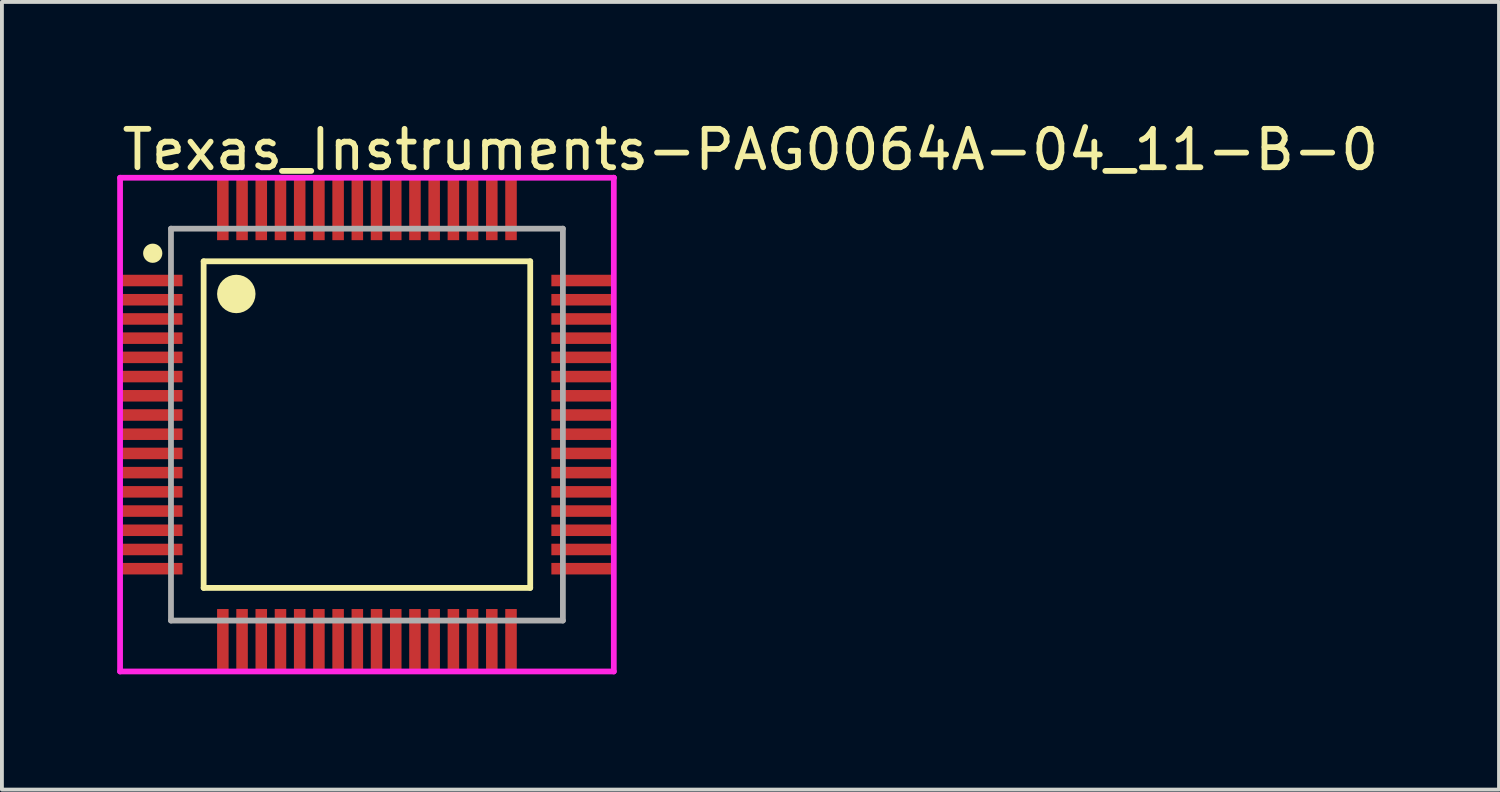
<source format=kicad_pcb>
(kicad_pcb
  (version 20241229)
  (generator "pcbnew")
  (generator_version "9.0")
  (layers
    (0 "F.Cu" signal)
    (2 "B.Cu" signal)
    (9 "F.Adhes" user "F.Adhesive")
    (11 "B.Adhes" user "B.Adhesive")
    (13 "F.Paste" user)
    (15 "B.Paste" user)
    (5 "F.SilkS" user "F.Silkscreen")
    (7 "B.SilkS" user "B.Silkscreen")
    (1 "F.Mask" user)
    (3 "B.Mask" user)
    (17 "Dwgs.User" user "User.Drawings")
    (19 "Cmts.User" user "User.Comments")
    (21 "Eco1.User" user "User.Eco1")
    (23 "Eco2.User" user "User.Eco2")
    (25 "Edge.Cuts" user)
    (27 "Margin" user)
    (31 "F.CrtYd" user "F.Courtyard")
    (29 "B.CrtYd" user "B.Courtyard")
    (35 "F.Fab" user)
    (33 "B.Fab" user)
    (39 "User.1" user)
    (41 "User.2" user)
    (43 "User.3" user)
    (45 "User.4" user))
  (footprint "Texas_Instruments-PAG0064A-04_11-B-0"
    (layer "F.Cu")
    (at 6.5 8.001)
    (property "Reference" "Texas_Instruments-PAG0064A-04_11-B-0" (at -6.453 -7.153 0) (layer "F.SilkS") (effects (font (size 1 1) (thickness 0.15)) (justify left)))
    (attr through_hole)
    (fp_line (start -4.25 -4.25) (end 4.25 -4.25) (stroke (width 0.15) (type solid)) (layer "F.SilkS"))
    (fp_line (start -4.25 4.25) (end -4.25 -4.25) (stroke (width 0.15) (type solid)) (layer "F.SilkS"))
    (fp_line (start 4.25 -4.25) (end 4.25 4.25) (stroke (width 0.15) (type solid)) (layer "F.SilkS"))
    (fp_line (start 4.25 4.25) (end -4.25 4.25) (stroke (width 0.15) (type solid)) (layer "F.SilkS"))
    (fp_circle (center -5.575 -4.46) (end -5.45 -4.46) (stroke (width 0.25) (type solid)) (fill no) (layer "F.SilkS"))
    (fp_circle (center -3.4 -3.4) (end -3.15 -3.4) (stroke (width 0.5) (type solid)) (fill no) (layer "F.SilkS"))
    (fp_line (start -6.425 -6.425) (end -6.425 6.425) (stroke (width 0.15) (type solid)) (layer "F.CrtYd"))
    (fp_line (start -6.425 6.425) (end 6.425 6.425) (stroke (width 0.15) (type solid)) (layer "F.CrtYd"))
    (fp_line (start 6.425 -6.425) (end -6.425 -6.425) (stroke (width 0.15) (type solid)) (layer "F.CrtYd"))
    (fp_line (start 6.425 -6.425) (end 6.425 -6.425) (stroke (width 0.15) (type solid)) (layer "F.CrtYd"))
    (fp_line (start 6.425 6.425) (end 6.425 -6.425) (stroke (width 0.15) (type solid)) (layer "F.CrtYd"))
    (fp_line (start -5.1 -5.1) (end 5.1 -5.1) (stroke (width 0.15) (type solid)) (layer "F.Fab"))
    (fp_line (start -5.1 5.1) (end -5.1 -5.1) (stroke (width 0.15) (type solid)) (layer "F.Fab"))
    (fp_line (start 5.1 -5.1) (end 5.1 5.1) (stroke (width 0.15) (type solid)) (layer "F.Fab"))
    (fp_line (start 5.1 5.1) (end -5.1 5.1) (stroke (width 0.15) (type solid)) (layer "F.Fab"))
    (pad "" smd rect (at -5.6 -3.75) (size 1.55 0.25) (layers "F.Paste"))
    (pad "" smd rect (at -5.6 -3.25) (size 1.55 0.25) (layers "F.Paste"))
    (pad "" smd rect (at -5.6 -2.75) (size 1.55 0.25) (layers "F.Paste"))
    (pad "" smd rect (at -5.6 -2.25) (size 1.55 0.25) (layers "F.Paste"))
    (pad "" smd rect (at -5.6 -1.75) (size 1.55 0.25) (layers "F.Paste"))
    (pad "" smd rect (at -5.6 -1.25) (size 1.55 0.25) (layers "F.Paste"))
    (pad "" smd rect (at -5.6 -0.75) (size 1.55 0.25) (layers "F.Paste"))
    (pad "" smd rect (at -5.6 -0.25) (size 1.55 0.25) (layers "F.Paste"))
    (pad "" smd rect (at -5.6 0.25) (size 1.55 0.25) (layers "F.Paste"))
    (pad "" smd rect (at -5.6 0.75) (size 1.55 0.25) (layers "F.Paste"))
    (pad "" smd rect (at -5.6 1.25) (size 1.55 0.25) (layers "F.Paste"))
    (pad "" smd rect (at -5.6 1.75) (size 1.55 0.25) (layers "F.Paste"))
    (pad "" smd rect (at -5.6 2.25) (size 1.55 0.25) (layers "F.Paste"))
    (pad "" smd rect (at -5.6 2.75) (size 1.55 0.25) (layers "F.Paste"))
    (pad "" smd rect (at -5.6 3.25) (size 1.55 0.25) (layers "F.Paste"))
    (pad "" smd rect (at -5.6 3.75) (size 1.55 0.25) (layers "F.Paste"))
    (pad "" smd rect (at -3.75 -5.6) (size 0.25 1.55) (layers "F.Paste"))
    (pad "" smd rect (at -3.75 5.6) (size 0.25 1.55) (layers "F.Paste"))
    (pad "" smd rect (at -3.25 -5.6) (size 0.25 1.55) (layers "F.Paste"))
    (pad "" smd rect (at -3.25 5.6) (size 0.25 1.55) (layers "F.Paste"))
    (pad "" smd rect (at -2.75 -5.6) (size 0.25 1.55) (layers "F.Paste"))
    (pad "" smd rect (at -2.75 5.6) (size 0.25 1.55) (layers "F.Paste"))
    (pad "" smd rect (at -2.25 -5.6) (size 0.25 1.55) (layers "F.Paste"))
    (pad "" smd rect (at -2.25 5.6) (size 0.25 1.55) (layers "F.Paste"))
    (pad "" smd rect (at -1.75 -5.6) (size 0.25 1.55) (layers "F.Paste"))
    (pad "" smd rect (at -1.75 5.6) (size 0.25 1.55) (layers "F.Paste"))
    (pad "" smd rect (at -1.25 -5.6) (size 0.25 1.55) (layers "F.Paste"))
    (pad "" smd rect (at -1.25 5.6) (size 0.25 1.55) (layers "F.Paste"))
    (pad "" smd rect (at -0.75 -5.6) (size 0.25 1.55) (layers "F.Paste"))
    (pad "" smd rect (at -0.75 5.6) (size 0.25 1.55) (layers "F.Paste"))
    (pad "" smd rect (at -0.25 -5.6) (size 0.25 1.55) (layers "F.Paste"))
    (pad "" smd rect (at -0.25 5.6) (size 0.25 1.55) (layers "F.Paste"))
    (pad "" smd rect (at 0.25 -5.6) (size 0.25 1.55) (layers "F.Paste"))
    (pad "" smd rect (at 0.25 5.6) (size 0.25 1.55) (layers "F.Paste"))
    (pad "" smd rect (at 0.75 -5.6) (size 0.25 1.55) (layers "F.Paste"))
    (pad "" smd rect (at 0.75 5.6) (size 0.25 1.55) (layers "F.Paste"))
    (pad "" smd rect (at 1.25 -5.6) (size 0.25 1.55) (layers "F.Paste"))
    (pad "" smd rect (at 1.25 5.6) (size 0.25 1.55) (layers "F.Paste"))
    (pad "" smd rect (at 1.75 -5.6) (size 0.25 1.55) (layers "F.Paste"))
    (pad "" smd rect (at 1.75 5.6) (size 0.25 1.55) (layers "F.Paste"))
    (pad "" smd rect (at 2.25 -5.6) (size 0.25 1.55) (layers "F.Paste"))
    (pad "" smd rect (at 2.25 5.6) (size 0.25 1.55) (layers "F.Paste"))
    (pad "" smd rect (at 2.75 -5.6) (size 0.25 1.55) (layers "F.Paste"))
    (pad "" smd rect (at 2.75 5.6) (size 0.25 1.55) (layers "F.Paste"))
    (pad "" smd rect (at 3.25 -5.6) (size 0.25 1.55) (layers "F.Paste"))
    (pad "" smd rect (at 3.25 5.6) (size 0.25 1.55) (layers "F.Paste"))
    (pad "" smd rect (at 3.75 -5.6) (size 0.25 1.55) (layers "F.Paste"))
    (pad "" smd rect (at 3.75 5.6) (size 0.25 1.55) (layers "F.Paste"))
    (pad "" smd rect (at 5.6 -3.75) (size 1.55 0.25) (layers "F.Paste"))
    (pad "" smd rect (at 5.6 -3.25) (size 1.55 0.25) (layers "F.Paste"))
    (pad "" smd rect (at 5.6 -2.75) (size 1.55 0.25) (layers "F.Paste"))
    (pad "" smd rect (at 5.6 -2.25) (size 1.55 0.25) (layers "F.Paste"))
    (pad "" smd rect (at 5.6 -1.75) (size 1.55 0.25) (layers "F.Paste"))
    (pad "" smd rect (at 5.6 -1.25) (size 1.55 0.25) (layers "F.Paste"))
    (pad "" smd rect (at 5.6 -0.75) (size 1.55 0.25) (layers "F.Paste"))
    (pad "" smd rect (at 5.6 -0.25) (size 1.55 0.25) (layers "F.Paste"))
    (pad "" smd rect (at 5.6 0.25) (size 1.55 0.25) (layers "F.Paste"))
    (pad "" smd rect (at 5.6 0.75) (size 1.55 0.25) (layers "F.Paste"))
    (pad "" smd rect (at 5.6 1.25) (size 1.55 0.25) (layers "F.Paste"))
    (pad "" smd rect (at 5.6 1.75) (size 1.55 0.25) (layers "F.Paste"))
    (pad "" smd rect (at 5.6 2.25) (size 1.55 0.25) (layers "F.Paste"))
    (pad "" smd rect (at 5.6 2.75) (size 1.55 0.25) (layers "F.Paste"))
    (pad "" smd rect (at 5.6 3.25) (size 1.55 0.25) (layers "F.Paste"))
    (pad "" smd rect (at 5.6 3.75) (size 1.55 0.25) (layers "F.Paste"))
    (pad "1" smd rect (at -5.6 -3.75) (size 1.6 0.3) (layers "F.Cu" "F.Mask"))
    (pad "2" smd rect (at -5.6 -3.25) (size 1.6 0.3) (layers "F.Cu" "F.Mask"))
    (pad "3" smd rect (at -5.6 -2.75) (size 1.6 0.3) (layers "F.Cu" "F.Mask"))
    (pad "4" smd rect (at -5.6 -2.25) (size 1.6 0.3) (layers "F.Cu" "F.Mask"))
    (pad "5" smd rect (at -5.6 -1.75) (size 1.6 0.3) (layers "F.Cu" "F.Mask"))
    (pad "6" smd rect (at -5.6 -1.25) (size 1.6 0.3) (layers "F.Cu" "F.Mask"))
    (pad "7" smd rect (at -5.6 -0.75) (size 1.6 0.3) (layers "F.Cu" "F.Mask"))
    (pad "8" smd rect (at -5.6 -0.25) (size 1.6 0.3) (layers "F.Cu" "F.Mask"))
    (pad "9" smd rect (at -5.6 0.25) (size 1.6 0.3) (layers "F.Cu" "F.Mask"))
    (pad "10" smd rect (at -5.6 0.75) (size 1.6 0.3) (layers "F.Cu" "F.Mask"))
    (pad "11" smd rect (at -5.6 1.25) (size 1.6 0.3) (layers "F.Cu" "F.Mask"))
    (pad "12" smd rect (at -5.6 1.75) (size 1.6 0.3) (layers "F.Cu" "F.Mask"))
    (pad "13" smd rect (at -5.6 2.25) (size 1.6 0.3) (layers "F.Cu" "F.Mask"))
    (pad "14" smd rect (at -5.6 2.75) (size 1.6 0.3) (layers "F.Cu" "F.Mask"))
    (pad "15" smd rect (at -5.6 3.25) (size 1.6 0.3) (layers "F.Cu" "F.Mask"))
    (pad "16" smd rect (at -5.6 3.75) (size 1.6 0.3) (layers "F.Cu" "F.Mask"))
    (pad "17" smd rect (at -3.75 5.6) (size 0.3 1.6) (layers "F.Cu" "F.Mask"))
    (pad "18" smd rect (at -3.25 5.6) (size 0.3 1.6) (layers "F.Cu" "F.Mask"))
    (pad "19" smd rect (at -2.75 5.6) (size 0.3 1.6) (layers "F.Cu" "F.Mask"))
    (pad "20" smd rect (at -2.25 5.6) (size 0.3 1.6) (layers "F.Cu" "F.Mask"))
    (pad "21" smd rect (at -1.75 5.6) (size 0.3 1.6) (layers "F.Cu" "F.Mask"))
    (pad "22" smd rect (at -1.25 5.6) (size 0.3 1.6) (layers "F.Cu" "F.Mask"))
    (pad "23" smd rect (at -0.75 5.6) (size 0.3 1.6) (layers "F.Cu" "F.Mask"))
    (pad "24" smd rect (at -0.25 5.6) (size 0.3 1.6) (layers "F.Cu" "F.Mask"))
    (pad "25" smd rect (at 0.25 5.6) (size 0.3 1.6) (layers "F.Cu" "F.Mask"))
    (pad "26" smd rect (at 0.75 5.6) (size 0.3 1.6) (layers "F.Cu" "F.Mask"))
    (pad "27" smd rect (at 1.25 5.6) (size 0.3 1.6) (layers "F.Cu" "F.Mask"))
    (pad "28" smd rect (at 1.75 5.6) (size 0.3 1.6) (layers "F.Cu" "F.Mask"))
    (pad "29" smd rect (at 2.25 5.6) (size 0.3 1.6) (layers "F.Cu" "F.Mask"))
    (pad "30" smd rect (at 2.75 5.6) (size 0.3 1.6) (layers "F.Cu" "F.Mask"))
    (pad "31" smd rect (at 3.25 5.6) (size 0.3 1.6) (layers "F.Cu" "F.Mask"))
    (pad "32" smd rect (at 3.75 5.6) (size 0.3 1.6) (layers "F.Cu" "F.Mask"))
    (pad "33" smd rect (at 5.6 3.75) (size 1.6 0.3) (layers "F.Cu" "F.Mask"))
    (pad "34" smd rect (at 5.6 3.25) (size 1.6 0.3) (layers "F.Cu" "F.Mask"))
    (pad "35" smd rect (at 5.6 2.75) (size 1.6 0.3) (layers "F.Cu" "F.Mask"))
    (pad "36" smd rect (at 5.6 2.25) (size 1.6 0.3) (layers "F.Cu" "F.Mask"))
    (pad "37" smd rect (at 5.6 1.75) (size 1.6 0.3) (layers "F.Cu" "F.Mask"))
    (pad "38" smd rect (at 5.6 1.25) (size 1.6 0.3) (layers "F.Cu" "F.Mask"))
    (pad "39" smd rect (at 5.6 0.75) (size 1.6 0.3) (layers "F.Cu" "F.Mask"))
    (pad "40" smd rect (at 5.6 0.25) (size 1.6 0.3) (layers "F.Cu" "F.Mask"))
    (pad "41" smd rect (at 5.6 -0.25) (size 1.6 0.3) (layers "F.Cu" "F.Mask"))
    (pad "42" smd rect (at 5.6 -0.75) (size 1.6 0.3) (layers "F.Cu" "F.Mask"))
    (pad "43" smd rect (at 5.6 -1.25) (size 1.6 0.3) (layers "F.Cu" "F.Mask"))
    (pad "44" smd rect (at 5.6 -1.75) (size 1.6 0.3) (layers "F.Cu" "F.Mask"))
    (pad "45" smd rect (at 5.6 -2.25) (size 1.6 0.3) (layers "F.Cu" "F.Mask"))
    (pad "46" smd rect (at 5.6 -2.75) (size 1.6 0.3) (layers "F.Cu" "F.Mask"))
    (pad "47" smd rect (at 5.6 -3.25) (size 1.6 0.3) (layers "F.Cu" "F.Mask"))
    (pad "48" smd rect (at 5.6 -3.75) (size 1.6 0.3) (layers "F.Cu" "F.Mask"))
    (pad "49" smd rect (at 3.75 -5.6) (size 0.3 1.6) (layers "F.Cu" "F.Mask"))
    (pad "50" smd rect (at 3.25 -5.6) (size 0.3 1.6) (layers "F.Cu" "F.Mask"))
    (pad "51" smd rect (at 2.75 -5.6) (size 0.3 1.6) (layers "F.Cu" "F.Mask"))
    (pad "52" smd rect (at 2.25 -5.6) (size 0.3 1.6) (layers "F.Cu" "F.Mask"))
    (pad "53" smd rect (at 1.75 -5.6) (size 0.3 1.6) (layers "F.Cu" "F.Mask"))
    (pad "54" smd rect (at 1.25 -5.6) (size 0.3 1.6) (layers "F.Cu" "F.Mask"))
    (pad "55" smd rect (at 0.75 -5.6) (size 0.3 1.6) (layers "F.Cu" "F.Mask"))
    (pad "56" smd rect (at 0.25 -5.6) (size 0.3 1.6) (layers "F.Cu" "F.Mask"))
    (pad "57" smd rect (at -0.25 -5.6) (size 0.3 1.6) (layers "F.Cu" "F.Mask"))
    (pad "58" smd rect (at -0.75 -5.6) (size 0.3 1.6) (layers "F.Cu" "F.Mask"))
    (pad "59" smd rect (at -1.25 -5.6) (size 0.3 1.6) (layers "F.Cu" "F.Mask"))
    (pad "60" smd rect (at -1.75 -5.6) (size 0.3 1.6) (layers "F.Cu" "F.Mask"))
    (pad "61" smd rect (at -2.25 -5.6) (size 0.3 1.6) (layers "F.Cu" "F.Mask"))
    (pad "62" smd rect (at -2.75 -5.6) (size 0.3 1.6) (layers "F.Cu" "F.Mask"))
    (pad "63" smd rect (at -3.25 -5.6) (size 0.3 1.6) (layers "F.Cu" "F.Mask"))
    (pad "64" smd rect (at -3.75 -5.6) (size 0.3 1.6) (layers "F.Cu" "F.Mask")))
  (gr_rect
    (start -3 -3)
    (end 35.964 17.501)
    (stroke (width 0.1) (type default))
    (fill no)
    (layer "Edge.Cuts")))
</source>
